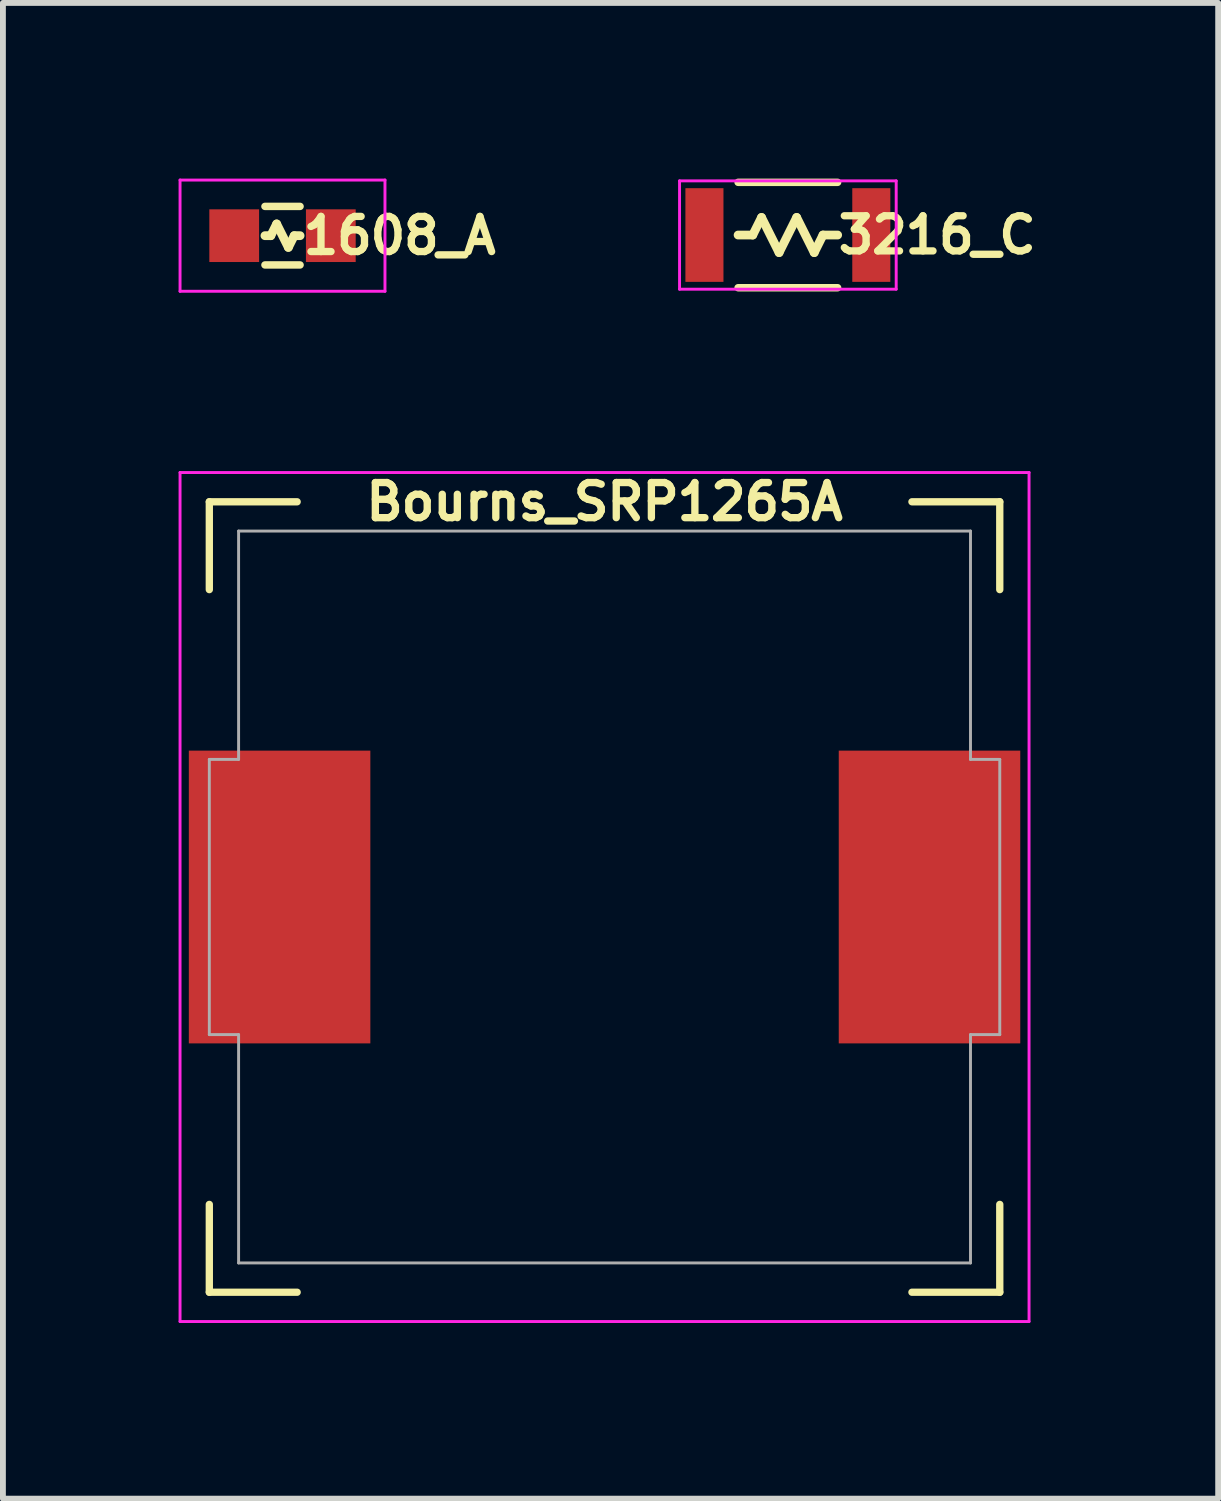
<source format=kicad_pcb>
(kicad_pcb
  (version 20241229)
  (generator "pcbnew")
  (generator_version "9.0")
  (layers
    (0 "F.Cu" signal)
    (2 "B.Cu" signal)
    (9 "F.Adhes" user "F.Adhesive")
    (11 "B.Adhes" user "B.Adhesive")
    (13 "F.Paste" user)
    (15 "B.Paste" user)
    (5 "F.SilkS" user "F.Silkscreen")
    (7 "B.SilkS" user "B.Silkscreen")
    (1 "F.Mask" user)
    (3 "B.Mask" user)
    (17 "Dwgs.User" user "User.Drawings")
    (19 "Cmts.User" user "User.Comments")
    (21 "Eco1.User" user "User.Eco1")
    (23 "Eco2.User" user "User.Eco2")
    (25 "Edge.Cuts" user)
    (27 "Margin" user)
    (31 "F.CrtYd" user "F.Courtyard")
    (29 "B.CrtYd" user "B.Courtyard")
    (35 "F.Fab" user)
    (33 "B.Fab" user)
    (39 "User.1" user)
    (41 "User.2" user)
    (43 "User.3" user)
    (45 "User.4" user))
  (footprint "1608_A"
    (layer "F.Cu")
    (at 1.775 0.975)
    (property "Reference" "1608_A" (at 2 0 0) (layer "F.SilkS") (effects (font (size 0.6 0.6) (thickness 0.125))))
    (attr smd)
    (fp_line (start -0.3 -0.5) (end 0.3 -0.5) (stroke (width 0.127) (type solid)) (layer "F.SilkS"))
    (fp_line (start -0.3 0.5) (end 0.3 0.5) (stroke (width 0.127) (type solid)) (layer "F.SilkS"))
    (fp_line (start -0.2 0) (end -0.3 0) (stroke (width 0.15) (type solid)) (layer "F.SilkS"))
    (fp_line (start -0.2 0) (end -0.1 -0.2) (stroke (width 0.15) (type solid)) (layer "F.SilkS"))
    (fp_line (start -0.1 -0.2) (end 0.1 0.2) (stroke (width 0.15) (type solid)) (layer "F.SilkS"))
    (fp_line (start 0.1 0.2) (end 0.2 0) (stroke (width 0.15) (type solid)) (layer "F.SilkS"))
    (fp_line (start 0.2 0) (end 0.3 0) (stroke (width 0.15) (type solid)) (layer "F.SilkS"))
    (fp_line (start -1.75 -0.95) (end 1.75 -0.95) (stroke (width 0.05) (type solid)) (layer "F.CrtYd"))
    (fp_line (start -1.75 0.95) (end -1.75 -0.95) (stroke (width 0.05) (type solid)) (layer "F.CrtYd"))
    (fp_line (start 1.75 -0.95) (end 1.75 0.95) (stroke (width 0.05) (type solid)) (layer "F.CrtYd"))
    (fp_line (start 1.75 0.95) (end -1.75 0.95) (stroke (width 0.05) (type solid)) (layer "F.CrtYd"))
    (pad "1" smd rect (at -0.825 0) (size 0.85 0.9) (layers "F.Cu" "F.Mask" "F.Paste"))
    (pad "2" smd rect (at 0.825 0) (size 0.85 0.9) (layers "F.Cu" "F.Mask" "F.Paste")))
  (footprint "3216_C"
    (layer "F.Cu")
    (at 10.406 0.964)
    (property "Reference" "3216_C" (at 2.55 0 0) (layer "F.SilkS") (effects (font (size 0.6 0.6) (thickness 0.125))))
    (attr smd)
    (fp_line (start -0.85 -0.9) (end 0.85 -0.9) (stroke (width 0.127) (type solid)) (layer "F.SilkS"))
    (fp_line (start -0.85 0) (end -0.6 0) (stroke (width 0.15) (type solid)) (layer "F.SilkS"))
    (fp_line (start -0.85 0.9) (end 0.85 0.9) (stroke (width 0.127) (type solid)) (layer "F.SilkS"))
    (fp_line (start -0.6 0) (end -0.45 -0.3) (stroke (width 0.15) (type solid)) (layer "F.SilkS"))
    (fp_line (start -0.45 -0.3) (end -0.15 0.3) (stroke (width 0.15) (type solid)) (layer "F.SilkS"))
    (fp_line (start -0.15 0.3) (end 0.15 -0.3) (stroke (width 0.15) (type solid)) (layer "F.SilkS"))
    (fp_line (start 0.15 -0.3) (end 0.45 0.3) (stroke (width 0.15) (type solid)) (layer "F.SilkS"))
    (fp_line (start 0.45 0.3) (end 0.6 0) (stroke (width 0.15) (type solid)) (layer "F.SilkS"))
    (fp_line (start 0.6 0) (end 0.85 0) (stroke (width 0.15) (type solid)) (layer "F.SilkS"))
    (fp_line (start -1.85 -0.925) (end -1.85 0.925) (stroke (width 0.05) (type solid)) (layer "F.CrtYd"))
    (fp_line (start -1.85 -0.925) (end 1.85 -0.925) (stroke (width 0.05) (type solid)) (layer "F.CrtYd"))
    (fp_line (start 1.85 -0.925) (end 1.85 0.925) (stroke (width 0.05) (type solid)) (layer "F.CrtYd"))
    (fp_line (start 1.85 0.925) (end -1.85 0.925) (stroke (width 0.05) (type solid)) (layer "F.CrtYd"))
    (pad "1" smd rect (at -1.425 0) (size 0.65 1.6) (layers "F.Cu" "F.Mask" "F.Paste"))
    (pad "2" smd rect (at 1.425 0) (size 0.65 1.6) (layers "F.Cu" "F.Mask" "F.Paste")))
  (footprint "Bourns_SRP1265A"
    (layer "F.Cu")
    (at 7.275 12.27)
    (property "Reference" "Bourns_SRP1265A" (at 0 -6.75 0) (layer "F.SilkS") (effects (font (size 0.6 0.6) (thickness 0.125))))
    (attr through_hole)
    (fp_line (start -6.75 -6.75) (end -5.25 -6.75) (stroke (width 0.125) (type solid)) (layer "F.SilkS"))
    (fp_line (start -6.75 -5.25) (end -6.75 -6.75) (stroke (width 0.125) (type solid)) (layer "F.SilkS"))
    (fp_line (start -6.75 6.75) (end -6.75 5.25) (stroke (width 0.125) (type solid)) (layer "F.SilkS"))
    (fp_line (start -6.75 6.75) (end -5.25 6.75) (stroke (width 0.125) (type solid)) (layer "F.SilkS"))
    (fp_line (start 6.75 -6.75) (end 5.25 -6.75) (stroke (width 0.125) (type solid)) (layer "F.SilkS"))
    (fp_line (start 6.75 -6.75) (end 6.75 -5.25) (stroke (width 0.125) (type solid)) (layer "F.SilkS"))
    (fp_line (start 6.75 6.75) (end 5.25 6.75) (stroke (width 0.125) (type solid)) (layer "F.SilkS"))
    (fp_line (start 6.75 6.75) (end 6.75 5.25) (stroke (width 0.125) (type solid)) (layer "F.SilkS"))
    (fp_line (start -7.25 -7.25) (end 7.25 -7.25) (stroke (width 0.05) (type solid)) (layer "F.CrtYd"))
    (fp_line (start -7.25 7.25) (end -7.25 -7.25) (stroke (width 0.05) (type solid)) (layer "F.CrtYd"))
    (fp_line (start 7.25 -7.25) (end 7.25 7.25) (stroke (width 0.05) (type solid)) (layer "F.CrtYd"))
    (fp_line (start 7.25 7.25) (end -7.25 7.25) (stroke (width 0.05) (type solid)) (layer "F.CrtYd"))
    (fp_line (start -6.75 -2.35) (end -6.75 2.35) (stroke (width 0.05) (type solid)) (layer "F.Fab"))
    (fp_line (start -6.75 -2.35) (end -6.25 -2.35) (stroke (width 0.05) (type solid)) (layer "F.Fab"))
    (fp_line (start -6.75 2.35) (end -6.25 2.35) (stroke (width 0.05) (type solid)) (layer "F.Fab"))
    (fp_line (start -6.25 -6.25) (end -6.25 -2.35) (stroke (width 0.05) (type solid)) (layer "F.Fab"))
    (fp_line (start -6.25 -6.25) (end 6.25 -6.25) (stroke (width 0.05) (type solid)) (layer "F.Fab"))
    (fp_line (start -6.25 6.25) (end -6.25 2.35) (stroke (width 0.05) (type solid)) (layer "F.Fab"))
    (fp_line (start -6.25 6.25) (end 6.25 6.25) (stroke (width 0.05) (type solid)) (layer "F.Fab"))
    (fp_line (start 6.25 -6.25) (end 6.25 -2.35) (stroke (width 0.05) (type solid)) (layer "F.Fab"))
    (fp_line (start 6.25 -2.35) (end 6.75 -2.35) (stroke (width 0.05) (type solid)) (layer "F.Fab"))
    (fp_line (start 6.25 2.35) (end 6.75 2.35) (stroke (width 0.05) (type solid)) (layer "F.Fab"))
    (fp_line (start 6.25 6.25) (end 6.25 2.35) (stroke (width 0.05) (type solid)) (layer "F.Fab"))
    (fp_line (start 6.75 -2.35) (end 6.75 2.35) (stroke (width 0.05) (type solid)) (layer "F.Fab"))
    (pad "1" smd rect (at -5.55 0) (size 3.1 5) (layers "F.Cu" "F.Mask" "F.Paste"))
    (pad "2" smd rect (at 5.55 0) (size 3.1 5) (layers "F.Cu" "F.Mask" "F.Paste")))
  (gr_rect
    (start -3 -3)
    (end 17.755 22.545)
    (stroke (width 0.1) (type default))
    (fill no)
    (layer "Edge.Cuts")))
</source>
